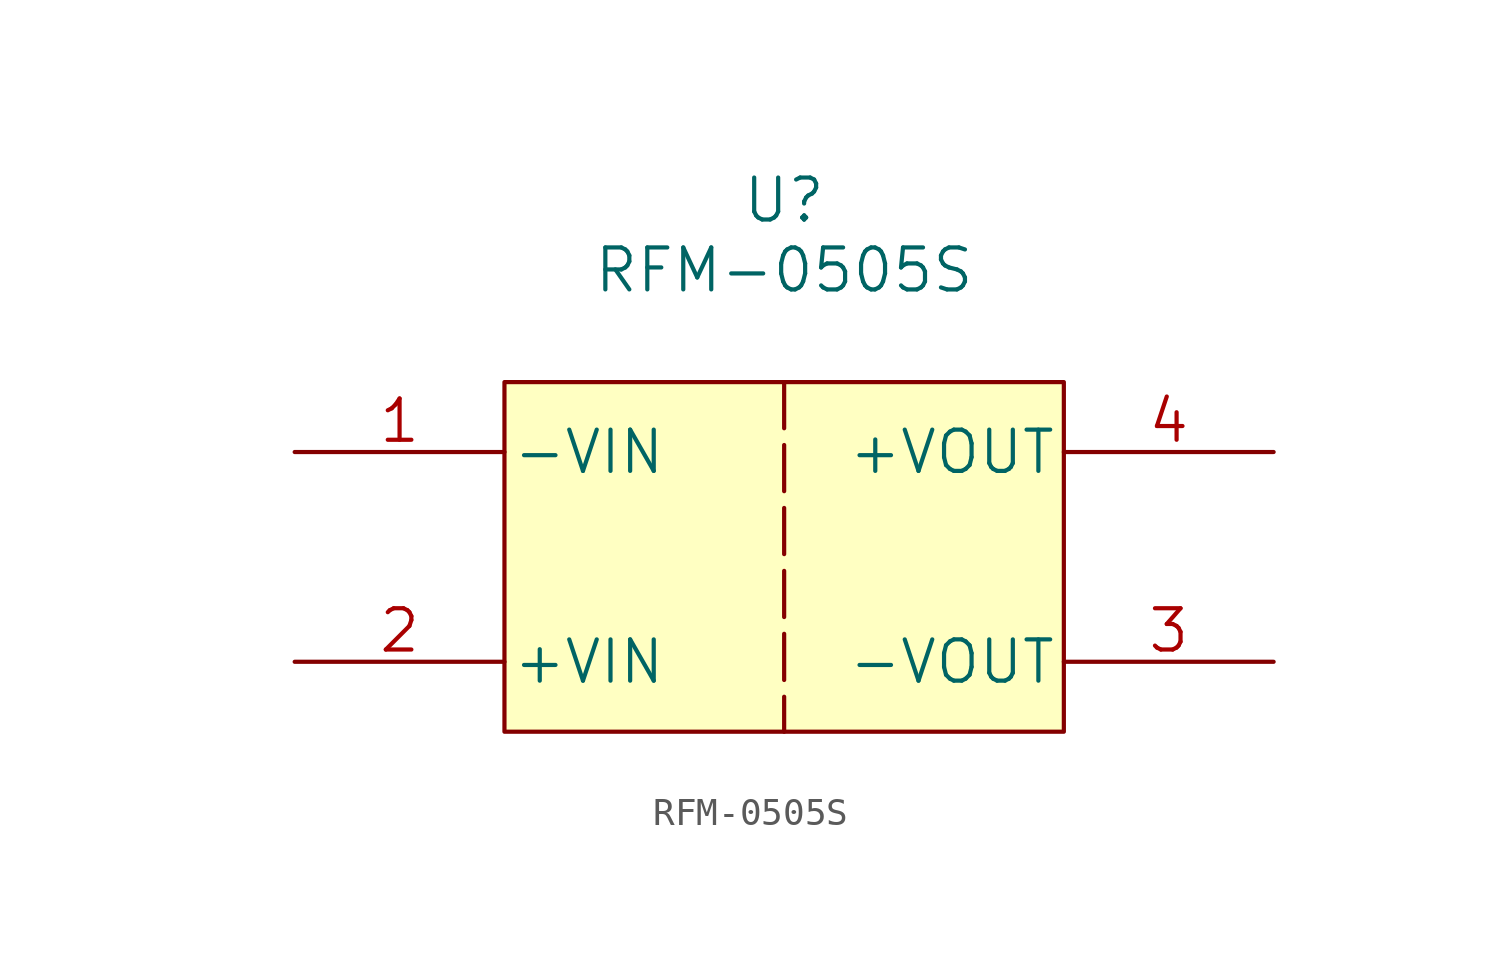
<source format=kicad_sym>
(kicad_symbol_lib
  (version 20220914)
  (generator kicad_symbol_editor)
  (symbol "RFM-0505S"
    (pin_names
      (offset 0.254))
    (property "Reference" "U"
      (at 20.32 11.684 0)
      (effects (font (size 1.524 1.524))))
    (property "Value" "RFM-0505S"
      (at 20.32 9.144 0)
      (effects (font (size 1.524 1.524))))
    (property "Datasheet" ""
      (at 0 0 0)
      (effects (font (size 1.524 1.524))))
    (property "ki_locked" ""
      (at 0 0 0)
      (effects (font (size 1.27 1.27))))
    (symbol "RFM-0505S_1_1"
      (polyline (pts (xy 20.32 5.08) (xy 20.32 -7.62)) (stroke (width 0) (type dash)) (fill (type none)))
      (rectangle (start 10.16 5.08) (end 30.48 -7.62) (stroke (width 0) (type default)) (fill (type background)))
      (pin power_in line (at 2.54 2.54 0) (length 7.62) (name "-VIN" (effects (font (size 1.499 1.499)))) (number "1" (effects (font (size 1.499 1.499)))))
      (pin power_in line (at 2.54 -5.08 0) (length 7.62) (name "+VIN" (effects (font (size 1.499 1.499)))) (number "2" (effects (font (size 1.499 1.499)))))
      (pin power_out line (at 38.1 -5.08 180) (length 7.62) (name "-VOUT" (effects (font (size 1.499 1.499)))) (number "3" (effects (font (size 1.499 1.499)))))
      (pin power_out line (at 38.1 2.54 180) (length 7.62) (name "+VOUT" (effects (font (size 1.499 1.499)))) (number "4" (effects (font (size 1.499 1.499))))))))
</source>
